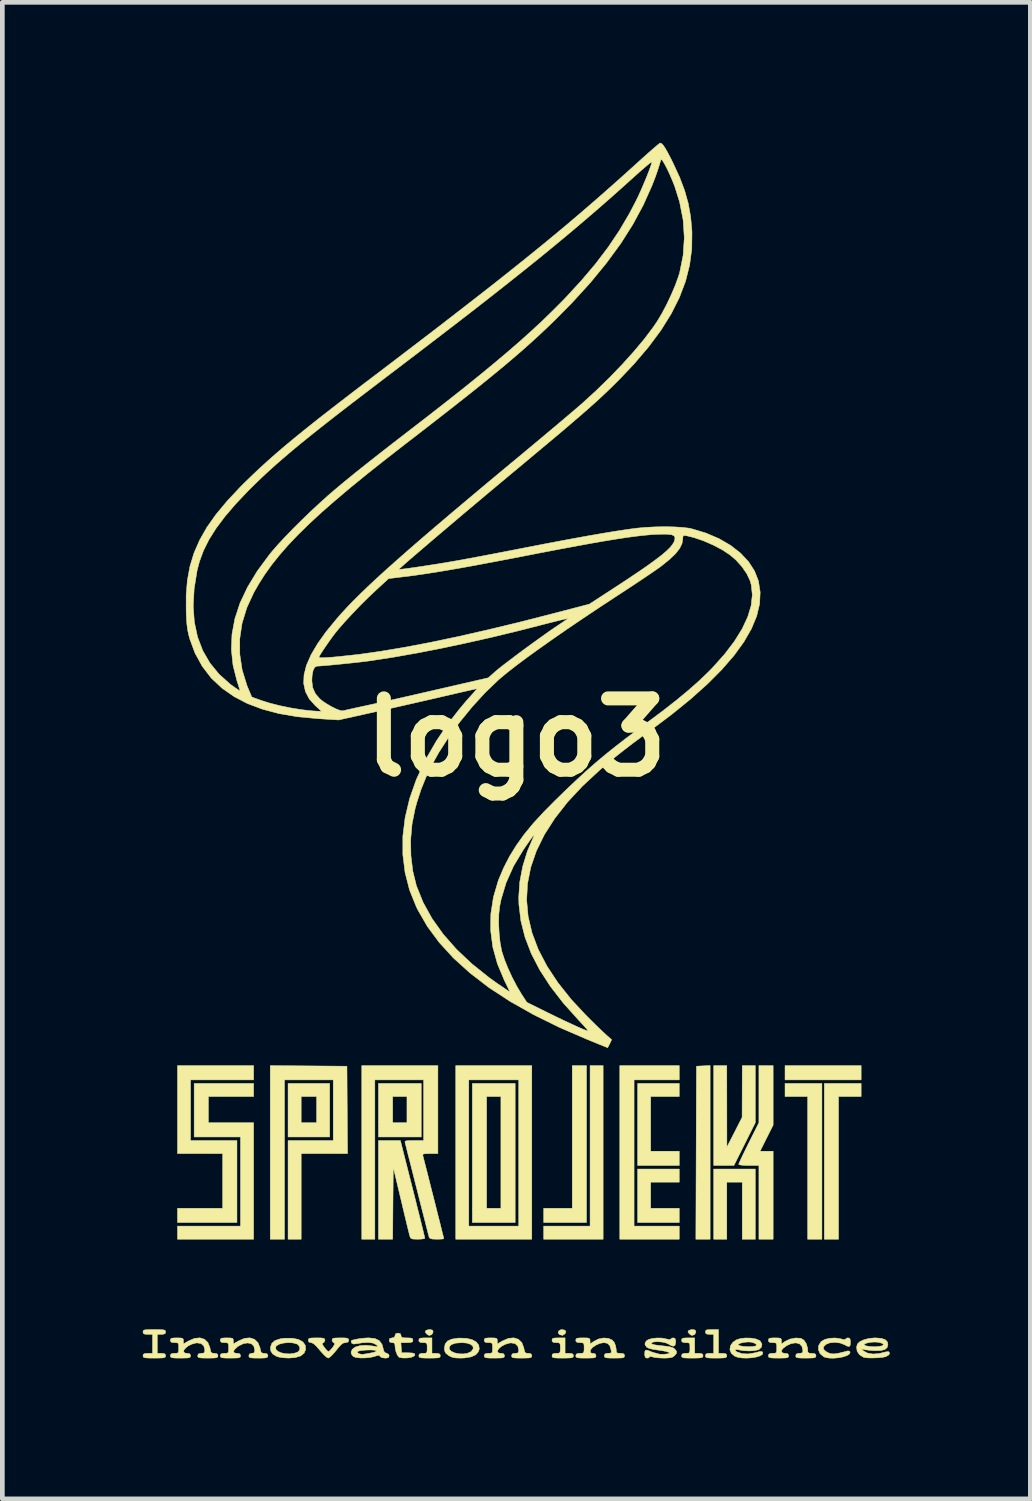
<source format=kicad_pcb>
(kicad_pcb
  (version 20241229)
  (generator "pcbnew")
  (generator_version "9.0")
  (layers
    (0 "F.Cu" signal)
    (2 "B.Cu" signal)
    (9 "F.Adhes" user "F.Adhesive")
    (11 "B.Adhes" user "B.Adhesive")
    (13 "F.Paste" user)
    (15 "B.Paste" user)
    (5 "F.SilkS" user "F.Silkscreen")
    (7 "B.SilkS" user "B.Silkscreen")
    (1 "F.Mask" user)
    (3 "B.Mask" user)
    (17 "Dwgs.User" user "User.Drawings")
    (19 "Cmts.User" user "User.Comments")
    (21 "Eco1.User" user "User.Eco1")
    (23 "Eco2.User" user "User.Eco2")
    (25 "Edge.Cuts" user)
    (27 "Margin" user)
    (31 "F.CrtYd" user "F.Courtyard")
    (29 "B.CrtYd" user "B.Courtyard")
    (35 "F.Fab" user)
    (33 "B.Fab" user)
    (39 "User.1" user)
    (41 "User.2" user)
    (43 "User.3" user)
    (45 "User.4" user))
  (footprint "logo3"
    (layer "F.Cu")
    (at 7.981 12.705)
    (property "Reference" "logo3" (at 0 0 0) (layer "F.SilkS") (effects (font (size 1.524 1.524) (thickness 0.3))))
    (attr through_hole)
    (fp_poly (pts (xy 4.14 10.719) (xy 3.835 10.719) (xy 3.848 7.023) (xy 4.14 7.008) (xy 4.14 10.719)) (stroke (width 0.01) (type solid)) (fill yes) (layer "F.SilkS"))
    (fp_poly (pts (xy 7.366 7.315) (xy 5.74 7.315) (xy 5.74 7.01) (xy 7.366 7.01) (xy 7.366 7.315)) (stroke (width 0.01) (type solid)) (fill yes) (layer "F.SilkS"))
    (fp_poly (pts (xy 1.499 10.363) (xy 0.584 10.363) (xy 0.584 10.058) (xy 1.194 10.058) (xy 1.194 7.01) (xy 1.499 7.01) (xy 1.499 10.363)) (stroke (width 0.01) (type solid)) (fill yes) (layer "F.SilkS"))
    (fp_poly (pts (xy 1.854 10.719) (xy 0.584 10.719) (xy 0.584 10.439) (xy 1.575 10.439) (xy 1.575 7.01) (xy 1.854 7.01) (xy 1.854 10.719)) (stroke (width 0.01) (type solid)) (fill yes) (layer "F.SilkS"))
    (fp_poly (pts (xy 6.528 10.719) (xy 6.223 10.719) (xy 6.223 7.671) (xy 5.74 7.671) (xy 5.74 7.391) (xy 6.528 7.391) (xy 6.528 10.719)) (stroke (width 0.01) (type solid)) (fill yes) (layer "F.SilkS"))
    (fp_poly (pts (xy 7.366 7.671) (xy 6.883 7.671) (xy 6.883 10.719) (xy 6.579 10.719) (xy 6.579 7.391) (xy 7.366 7.391) (xy 7.366 7.671)) (stroke (width 0.01) (type solid)) (fill yes) (layer "F.SilkS"))
    (fp_poly (pts (xy 3.48 7.315) (xy 2.515 7.315) (xy 2.515 10.439) (xy 3.48 10.439) (xy 3.48 10.719) (xy 2.21 10.719) (xy 2.21 7.01) (xy 3.48 7.01) (xy 3.48 7.315)) (stroke (width 0.01) (type solid)) (fill yes) (layer "F.SilkS"))
    (fp_poly (pts (xy 3.48 7.671) (xy 2.87 7.671) (xy 2.87 8.839) (xy 3.48 8.839) (xy 3.48 9.144) (xy 2.591 9.144) (xy 2.591 7.391) (xy 3.48 7.391) (xy 3.48 7.671)) (stroke (width 0.01) (type solid)) (fill yes) (layer "F.SilkS"))
    (fp_poly (pts (xy 3.48 9.5) (xy 2.87 9.5) (xy 2.87 10.058) (xy 3.48 10.058) (xy 3.48 10.363) (xy 2.591 10.363) (xy 2.591 9.22) (xy 3.48 9.22) (xy 3.48 9.5)) (stroke (width 0.01) (type solid)) (fill yes) (layer "F.SilkS"))
    (fp_poly (pts (xy 5.105 10.719) (xy 4.826 10.719) (xy 4.826 9.5) (xy 4.496 9.5) (xy 4.496 10.719) (xy 4.216 10.719) (xy 4.216 9.22) (xy 5.105 9.22) (xy 5.105 10.719)) (stroke (width 0.01) (type solid)) (fill yes) (layer "F.SilkS"))
    (fp_poly (pts (xy 1.037 12.662) (xy 1.059 12.697) (xy 1.04 12.739) (xy 0.989 12.773) (xy 0.928 12.759) (xy 0.917 12.753) (xy 0.893 12.717) (xy 0.907 12.678) (xy 0.95 12.652) (xy 0.976 12.649) (xy 1.037 12.662)) (stroke (width 0.01) (type solid)) (fill yes) (layer "F.SilkS"))
    (fp_poly (pts (xy -3.988 8.534) (xy -4.877 8.534) (xy -4.877 7.671) (xy -4.597 7.671) (xy -4.597 8.23) (xy -4.267 8.23) (xy -4.267 7.671) (xy -4.597 7.671) (xy -4.877 7.671) (xy -4.877 7.391) (xy -3.988 7.391) (xy -3.988 8.534)) (stroke (width 0.01) (type solid)) (fill yes) (layer "F.SilkS"))
    (fp_poly (pts (xy -2.032 8.534) (xy -2.946 8.534) (xy -2.946 7.671) (xy -2.642 7.671) (xy -2.642 8.23) (xy -2.337 8.23) (xy -2.337 7.671) (xy -2.642 7.671) (xy -2.946 7.671) (xy -2.946 7.391) (xy -2.032 7.391) (xy -2.032 8.534)) (stroke (width 0.01) (type solid)) (fill yes) (layer "F.SilkS"))
    (fp_poly (pts (xy -0.025 10.363) (xy -0.94 10.363) (xy -0.94 7.671) (xy -0.635 7.671) (xy -0.635 10.058) (xy -0.33 10.058) (xy -0.33 7.671) (xy -0.635 7.671) (xy -0.94 7.671) (xy -0.94 7.391) (xy -0.025 7.391) (xy -0.025 10.363)) (stroke (width 0.01) (type solid)) (fill yes) (layer "F.SilkS"))
    (fp_poly (pts (xy 0.33 10.719) (xy -1.295 10.719) (xy -1.295 7.315) (xy -1.016 7.315) (xy -1.016 10.439) (xy 0.051 10.439) (xy 0.051 7.315) (xy -1.016 7.315) (xy -1.295 7.315) (xy -1.295 7.01) (xy 0.33 7.01) (xy 0.33 10.719)) (stroke (width 0.01) (type solid)) (fill yes) (layer "F.SilkS"))
    (fp_poly (pts (xy 4.497 7.88) (xy 4.498 8.75) (xy 4.661 8.433) (xy 4.823 8.115) (xy 4.826 7.01) (xy 5.105 7.01) (xy 5.105 8.23) (xy 4.648 9.144) (xy 4.216 9.144) (xy 4.216 7.01) (xy 4.496 7.01) (xy 4.497 7.88)) (stroke (width 0.01) (type solid)) (fill yes) (layer "F.SilkS"))
    (fp_poly (pts (xy -5.613 7.315) (xy -6.96 7.315) (xy -6.96 8.611) (xy -5.969 8.611) (xy -5.969 10.363) (xy -7.239 10.363) (xy -7.239 10.058) (xy -6.274 10.058) (xy -6.274 8.89) (xy -7.239 8.89) (xy -7.239 7.01) (xy -5.613 7.01) (xy -5.613 7.315)) (stroke (width 0.01) (type solid)) (fill yes) (layer "F.SilkS"))
    (fp_poly (pts (xy -5.613 7.671) (xy -6.579 7.671) (xy -6.579 8.23) (xy -5.613 8.23) (xy -5.613 10.719) (xy -7.239 10.719) (xy -7.239 10.439) (xy -5.893 10.439) (xy -5.893 8.534) (xy -6.883 8.534) (xy -6.883 7.391) (xy -5.613 7.391) (xy -5.613 7.671)) (stroke (width 0.01) (type solid)) (fill yes) (layer "F.SilkS"))
    (fp_poly (pts (xy -1.797 12.658) (xy -1.778 12.689) (xy -1.778 12.697) (xy -1.797 12.745) (xy -1.818 12.761) (xy -1.855 12.774) (xy -1.879 12.768) (xy -1.917 12.742) (xy -1.948 12.702) (xy -1.934 12.669) (xy -1.88 12.651) (xy -1.853 12.649) (xy -1.797 12.658)) (stroke (width 0.01) (type solid)) (fill yes) (layer "F.SilkS"))
    (fp_poly (pts (xy 3.816 12.658) (xy 3.835 12.689) (xy 3.835 12.697) (xy 3.817 12.745) (xy 3.795 12.761) (xy 3.759 12.774) (xy 3.734 12.768) (xy 3.697 12.742) (xy 3.666 12.702) (xy 3.68 12.669) (xy 3.734 12.651) (xy 3.761 12.649) (xy 3.816 12.658)) (stroke (width 0.01) (type solid)) (fill yes) (layer "F.SilkS"))
    (fp_poly (pts (xy -3.619 7.023) (xy -3.613 7.957) (xy -3.606 8.89) (xy -4.597 8.89) (xy -4.597 10.719) (xy -4.877 10.719) (xy -4.877 8.611) (xy -3.912 8.611) (xy -3.912 7.315) (xy -4.953 7.315) (xy -4.953 10.719) (xy -5.258 10.719) (xy -5.258 7.01) (xy -3.619 7.023)) (stroke (width 0.01) (type solid)) (fill yes) (layer "F.SilkS"))
    (fp_poly (pts (xy 5.486 8.281) (xy 5.346 8.56) (xy 5.207 8.839) (xy 5.486 8.839) (xy 5.486 10.719) (xy 5.182 10.719) (xy 5.182 9.144) (xy 4.966 9.144) (xy 4.859 9.141) (xy 4.785 9.133) (xy 4.751 9.121) (xy 4.75 9.118) (xy 4.761 9.089) (xy 4.791 9.021) (xy 4.837 8.923) (xy 4.896 8.802) (xy 4.963 8.666) (xy 4.966 8.661) (xy 5.182 8.23) (xy 5.182 7.01) (xy 5.486 7.01) (xy 5.486 8.281)) (stroke (width 0.01) (type solid)) (fill yes) (layer "F.SilkS"))
    (fp_poly (pts (xy 4.318 13.157) (xy 4.407 13.157) (xy 4.468 13.163) (xy 4.493 13.185) (xy 4.496 13.208) (xy 4.492 13.232) (xy 4.474 13.247) (xy 4.432 13.255) (xy 4.357 13.258) (xy 4.267 13.259) (xy 4.159 13.258) (xy 4.091 13.254) (xy 4.055 13.245) (xy 4.041 13.228) (xy 4.039 13.208) (xy 4.049 13.173) (xy 4.087 13.159) (xy 4.128 13.157) (xy 4.216 13.157) (xy 4.216 12.751) (xy 4.128 12.751) (xy 4.066 12.745) (xy 4.042 12.723) (xy 4.039 12.7) (xy 4.045 12.671) (xy 4.071 12.655) (xy 4.129 12.65) (xy 4.178 12.649) (xy 4.318 12.649) (xy 4.318 13.157)) (stroke (width 0.01) (type solid)) (fill yes) (layer "F.SilkS"))
    (fp_poly (pts (xy -2.477 8.611) (xy -2.215 9.646) (xy -2.159 9.867) (xy -2.108 10.073) (xy -2.061 10.258) (xy -2.022 10.418) (xy -1.99 10.547) (xy -1.968 10.64) (xy -1.956 10.691) (xy -1.955 10.7) (xy -1.978 10.71) (xy -2.039 10.717) (xy -2.107 10.719) (xy -2.191 10.717) (xy -2.239 10.709) (xy -2.263 10.687) (xy -2.278 10.645) (xy -2.281 10.636) (xy -2.292 10.59) (xy -2.314 10.502) (xy -2.344 10.379) (xy -2.38 10.229) (xy -2.421 10.058) (xy -2.464 9.875) (xy -2.466 9.868) (xy -2.629 9.183) (xy -2.636 9.951) (xy -2.642 10.719) (xy -2.946 10.719) (xy -2.946 8.611) (xy -2.477 8.611)) (stroke (width 0.01) (type solid)) (fill yes) (layer "F.SilkS"))
    (fp_poly (pts (xy -1.803 13.157) (xy -1.714 13.157) (xy -1.653 13.163) (xy -1.629 13.185) (xy -1.626 13.208) (xy -1.629 13.232) (xy -1.647 13.247) (xy -1.689 13.255) (xy -1.764 13.258) (xy -1.854 13.259) (xy -1.963 13.258) (xy -2.03 13.254) (xy -2.066 13.245) (xy -2.081 13.228) (xy -2.083 13.208) (xy -2.073 13.173) (xy -2.034 13.159) (xy -1.994 13.157) (xy -1.939 13.155) (xy -1.913 13.138) (xy -1.906 13.094) (xy -1.905 13.043) (xy -1.907 12.973) (xy -1.92 12.939) (xy -1.954 12.929) (xy -1.994 12.929) (xy -2.055 12.923) (xy -2.08 12.901) (xy -2.083 12.878) (xy -2.077 12.848) (xy -2.051 12.833) (xy -1.992 12.828) (xy -1.943 12.827) (xy -1.803 12.827) (xy -1.803 13.157)) (stroke (width 0.01) (type solid)) (fill yes) (layer "F.SilkS"))
    (fp_poly (pts (xy 1.041 13.157) (xy 1.13 13.157) (xy 1.192 13.163) (xy 1.216 13.185) (xy 1.219 13.208) (xy 1.215 13.232) (xy 1.197 13.247) (xy 1.156 13.255) (xy 1.081 13.258) (xy 0.991 13.259) (xy 0.882 13.258) (xy 0.815 13.254) (xy 0.778 13.245) (xy 0.764 13.228) (xy 0.762 13.208) (xy 0.772 13.173) (xy 0.811 13.159) (xy 0.851 13.157) (xy 0.906 13.155) (xy 0.931 13.138) (xy 0.939 13.094) (xy 0.94 13.043) (xy 0.938 12.973) (xy 0.925 12.939) (xy 0.89 12.929) (xy 0.851 12.929) (xy 0.79 12.923) (xy 0.765 12.901) (xy 0.762 12.878) (xy 0.768 12.848) (xy 0.794 12.833) (xy 0.853 12.828) (xy 0.902 12.827) (xy 1.041 12.827) (xy 1.041 13.157)) (stroke (width 0.01) (type solid)) (fill yes) (layer "F.SilkS"))
    (fp_poly (pts (xy 3.81 13.157) (xy 3.899 13.157) (xy 3.96 13.163) (xy 3.985 13.185) (xy 3.988 13.208) (xy 3.984 13.232) (xy 3.966 13.247) (xy 3.924 13.255) (xy 3.849 13.258) (xy 3.759 13.259) (xy 3.651 13.258) (xy 3.583 13.254) (xy 3.547 13.245) (xy 3.533 13.228) (xy 3.531 13.208) (xy 3.541 13.173) (xy 3.579 13.159) (xy 3.619 13.157) (xy 3.674 13.155) (xy 3.7 13.138) (xy 3.708 13.094) (xy 3.708 13.043) (xy 3.707 12.973) (xy 3.694 12.939) (xy 3.659 12.929) (xy 3.619 12.929) (xy 3.558 12.923) (xy 3.534 12.901) (xy 3.531 12.878) (xy 3.537 12.848) (xy 3.563 12.833) (xy 3.621 12.828) (xy 3.67 12.827) (xy 3.81 12.827) (xy 3.81 13.157)) (stroke (width 0.01) (type solid)) (fill yes) (layer "F.SilkS"))
    (fp_poly (pts (xy -7.622 12.65) (xy -7.551 12.654) (xy -7.513 12.662) (xy -7.496 12.677) (xy -7.493 12.7) (xy -7.503 12.735) (xy -7.542 12.749) (xy -7.582 12.751) (xy -7.671 12.751) (xy -7.671 13.157) (xy -7.582 13.157) (xy -7.521 13.163) (xy -7.496 13.185) (xy -7.493 13.208) (xy -7.497 13.232) (xy -7.514 13.247) (xy -7.554 13.255) (xy -7.627 13.258) (xy -7.734 13.259) (xy -7.846 13.258) (xy -7.917 13.254) (xy -7.956 13.246) (xy -7.972 13.231) (xy -7.976 13.208) (xy -7.967 13.175) (xy -7.933 13.16) (xy -7.874 13.157) (xy -7.772 13.157) (xy -7.772 12.751) (xy -7.874 12.751) (xy -7.94 12.747) (xy -7.97 12.729) (xy -7.976 12.7) (xy -7.972 12.676) (xy -7.955 12.661) (xy -7.915 12.653) (xy -7.842 12.65) (xy -7.734 12.649) (xy -7.622 12.65)) (stroke (width 0.01) (type solid)) (fill yes) (layer "F.SilkS"))
    (fp_poly (pts (xy -4.657 12.86) (xy -4.563 12.91) (xy -4.51 12.983) (xy -4.5 13.072) (xy -4.534 13.153) (xy -4.61 13.213) (xy -4.726 13.248) (xy -4.862 13.258) (xy -4.965 13.253) (xy -5.058 13.24) (xy -5.118 13.224) (xy -5.205 13.171) (xy -5.248 13.104) (xy -5.253 13.028) (xy -5.25 13.018) (xy -5.14 13.018) (xy -5.138 13.07) (xy -5.096 13.114) (xy -5.024 13.146) (xy -4.933 13.165) (xy -4.834 13.169) (xy -4.737 13.154) (xy -4.667 13.128) (xy -4.628 13.084) (xy -4.626 13.027) (xy -4.66 12.976) (xy -4.687 12.958) (xy -4.773 12.934) (xy -4.874 12.928) (xy -4.976 12.938) (xy -5.065 12.961) (xy -5.125 12.996) (xy -5.14 13.018) (xy -5.25 13.018) (xy -5.224 12.944) (xy -5.156 12.884) (xy -5.044 12.847) (xy -4.95 12.834) (xy -4.787 12.834) (xy -4.657 12.86)) (stroke (width 0.01) (type solid)) (fill yes) (layer "F.SilkS"))
    (fp_poly (pts (xy -1.07 12.836) (xy -0.947 12.864) (xy -0.856 12.914) (xy -0.803 12.981) (xy -0.792 13.063) (xy -0.81 13.122) (xy -0.867 13.188) (xy -0.968 13.233) (xy -1.109 13.256) (xy -1.189 13.259) (xy -1.297 13.255) (xy -1.372 13.24) (xy -1.435 13.211) (xy -1.45 13.201) (xy -1.508 13.153) (xy -1.533 13.102) (xy -1.537 13.045) (xy -1.532 13.02) (xy -1.433 13.02) (xy -1.43 13.072) (xy -1.389 13.115) (xy -1.319 13.147) (xy -1.232 13.166) (xy -1.138 13.17) (xy -1.048 13.157) (xy -0.974 13.124) (xy -0.959 13.112) (xy -0.921 13.057) (xy -0.928 13.007) (xy -0.975 12.965) (xy -1.058 12.938) (xy -1.16 12.929) (xy -1.297 12.939) (xy -1.388 12.97) (xy -1.433 13.02) (xy -1.532 13.02) (xy -1.521 12.957) (xy -1.47 12.894) (xy -1.381 12.854) (xy -1.248 12.833) (xy -1.222 12.831) (xy -1.07 12.836)) (stroke (width 0.01) (type solid)) (fill yes) (layer "F.SilkS"))
    (fp_poly (pts (xy -2.478 12.737) (xy -2.464 12.776) (xy -2.457 12.807) (xy -2.429 12.822) (xy -2.366 12.827) (xy -2.337 12.827) (xy -2.261 12.83) (xy -2.223 12.841) (xy -2.21 12.866) (xy -2.21 12.878) (xy -2.216 12.908) (xy -2.245 12.923) (xy -2.307 12.928) (xy -2.338 12.929) (xy -2.467 12.929) (xy -2.459 13.037) (xy -2.451 13.145) (xy -2.32 13.145) (xy -2.221 13.15) (xy -2.17 13.168) (xy -2.168 13.196) (xy -2.196 13.223) (xy -2.252 13.244) (xy -2.335 13.256) (xy -2.421 13.257) (xy -2.49 13.246) (xy -2.507 13.239) (xy -2.543 13.193) (xy -2.573 13.116) (xy -2.59 13.03) (xy -2.591 13.003) (xy -2.598 12.949) (xy -2.628 12.93) (xy -2.654 12.929) (xy -2.704 12.917) (xy -2.718 12.878) (xy -2.703 12.838) (xy -2.654 12.827) (xy -2.605 12.815) (xy -2.591 12.776) (xy -2.576 12.736) (xy -2.527 12.725) (xy -2.478 12.737)) (stroke (width 0.01) (type solid)) (fill yes) (layer "F.SilkS"))
    (fp_poly (pts (xy 7.123 12.838) (xy 7.136 12.881) (xy 7.137 12.912) (xy 7.132 12.985) (xy 7.109 13.013) (xy 7.061 13) (xy 7.018 12.976) (xy 6.92 12.937) (xy 6.806 12.923) (xy 6.696 12.933) (xy 6.617 12.964) (xy 6.564 13.016) (xy 6.561 13.066) (xy 6.609 13.115) (xy 6.61 13.115) (xy 6.669 13.148) (xy 6.725 13.166) (xy 6.789 13.169) (xy 6.873 13.157) (xy 6.986 13.13) (xy 7.085 13.104) (xy 7.121 13.115) (xy 7.13 13.133) (xy 7.116 13.171) (xy 7.062 13.205) (xy 6.979 13.233) (xy 6.88 13.252) (xy 6.775 13.261) (xy 6.676 13.258) (xy 6.593 13.241) (xy 6.566 13.229) (xy 6.489 13.164) (xy 6.453 13.08) (xy 6.458 12.991) (xy 6.508 12.91) (xy 6.515 12.903) (xy 6.59 12.86) (xy 6.695 12.835) (xy 6.811 12.829) (xy 6.919 12.844) (xy 6.939 12.85) (xy 7.005 12.866) (xy 7.031 12.853) (xy 7.061 12.831) (xy 7.089 12.827) (xy 7.123 12.838)) (stroke (width 0.01) (type solid)) (fill yes) (layer "F.SilkS"))
    (fp_poly (pts (xy -1.676 8.89) (xy -1.843 8.89) (xy -1.933 8.892) (xy -1.981 8.898) (xy -1.999 8.912) (xy -1.997 8.934) (xy -1.987 8.973) (xy -1.967 9.051) (xy -1.938 9.164) (xy -1.902 9.304) (xy -1.862 9.464) (xy -1.818 9.638) (xy -1.772 9.818) (xy -1.726 9.999) (xy -1.683 10.173) (xy -1.642 10.333) (xy -1.607 10.474) (xy -1.579 10.587) (xy -1.559 10.666) (xy -1.55 10.706) (xy -1.549 10.708) (xy -1.572 10.714) (xy -1.632 10.718) (xy -1.7 10.719) (xy -1.788 10.716) (xy -1.838 10.705) (xy -1.861 10.683) (xy -1.864 10.674) (xy -1.873 10.641) (xy -1.893 10.563) (xy -1.923 10.447) (xy -1.96 10.299) (xy -2.005 10.125) (xy -2.055 9.928) (xy -2.108 9.716) (xy -2.121 9.665) (xy -2.176 9.45) (xy -2.226 9.25) (xy -2.272 9.069) (xy -2.312 8.914) (xy -2.343 8.79) (xy -2.365 8.703) (xy -2.377 8.659) (xy -2.378 8.655) (xy -2.379 8.633) (xy -2.362 8.62) (xy -2.315 8.613) (xy -2.231 8.611) (xy -2.186 8.611) (xy -1.981 8.611) (xy -1.981 7.315) (xy -3.023 7.315) (xy -3.023 10.719) (xy -3.302 10.719) (xy -3.302 7.01) (xy -1.676 7.01) (xy -1.676 8.89)) (stroke (width 0.01) (type solid)) (fill yes) (layer "F.SilkS"))
    (fp_poly (pts (xy -3.666 12.828) (xy -3.612 12.835) (xy -3.588 12.849) (xy -3.581 12.874) (xy -3.581 12.878) (xy -3.595 12.916) (xy -3.642 12.928) (xy -3.652 12.929) (xy -3.695 12.937) (xy -3.74 12.967) (xy -3.796 13.027) (xy -3.848 13.093) (xy -3.913 13.169) (xy -3.97 13.227) (xy -4.012 13.256) (xy -4.019 13.258) (xy -4.054 13.24) (xy -4.109 13.19) (xy -4.174 13.119) (xy -4.195 13.094) (xy -4.275 13.001) (xy -4.336 12.947) (xy -4.382 12.929) (xy -4.386 12.929) (xy -4.433 12.915) (xy -4.445 12.878) (xy -4.44 12.851) (xy -4.419 12.836) (xy -4.369 12.829) (xy -4.281 12.827) (xy -4.267 12.827) (xy -4.174 12.828) (xy -4.12 12.835) (xy -4.095 12.849) (xy -4.089 12.874) (xy -4.089 12.876) (xy -4.107 12.92) (xy -4.129 12.933) (xy -4.148 12.946) (xy -4.139 12.976) (xy -4.102 13.03) (xy -4.057 13.085) (xy -4.022 13.116) (xy -4.013 13.119) (xy -3.985 13.1) (xy -3.942 13.053) (xy -3.924 13.03) (xy -3.886 12.973) (xy -3.879 12.944) (xy -3.898 12.933) (xy -3.93 12.905) (xy -3.937 12.876) (xy -3.932 12.85) (xy -3.909 12.835) (xy -3.857 12.829) (xy -3.766 12.827) (xy -3.759 12.827) (xy -3.666 12.828)) (stroke (width 0.01) (type solid)) (fill yes) (layer "F.SilkS"))
    (fp_poly (pts (xy 5.013 12.832) (xy 5.117 12.85) (xy 5.194 12.882) (xy 5.209 12.894) (xy 5.247 12.959) (xy 5.237 13.023) (xy 5.185 13.074) (xy 5.165 13.082) (xy 5.085 13.099) (xy 4.978 13.106) (xy 4.864 13.101) (xy 4.767 13.086) (xy 4.756 13.083) (xy 4.696 13.074) (xy 4.673 13.086) (xy 4.692 13.112) (xy 4.718 13.128) (xy 4.827 13.165) (xy 4.956 13.17) (xy 5.112 13.143) (xy 5.197 13.119) (xy 5.248 13.119) (xy 5.266 13.142) (xy 5.258 13.179) (xy 5.209 13.21) (xy 5.13 13.235) (xy 5.032 13.252) (xy 4.925 13.259) (xy 4.82 13.256) (xy 4.727 13.241) (xy 4.666 13.218) (xy 4.592 13.156) (xy 4.562 13.078) (xy 4.574 12.996) (xy 4.591 12.972) (xy 4.736 12.972) (xy 4.74 12.979) (xy 4.785 12.998) (xy 4.862 13.011) (xy 4.953 13.015) (xy 5.04 13.013) (xy 5.106 13.001) (xy 5.127 12.991) (xy 5.127 12.966) (xy 5.089 12.94) (xy 5.023 12.919) (xy 5.017 12.918) (xy 4.952 12.914) (xy 4.878 12.92) (xy 4.808 12.934) (xy 4.757 12.952) (xy 4.736 12.972) (xy 4.591 12.972) (xy 4.628 12.92) (xy 4.699 12.87) (xy 4.788 12.841) (xy 4.898 12.829) (xy 5.013 12.832)) (stroke (width 0.01) (type solid)) (fill yes) (layer "F.SilkS"))
    (fp_poly (pts (xy 7.796 12.837) (xy 7.882 12.866) (xy 7.928 12.915) (xy 7.938 12.967) (xy 7.922 13.033) (xy 7.873 13.075) (xy 7.785 13.097) (xy 7.655 13.1) (xy 7.633 13.099) (xy 7.535 13.091) (xy 7.453 13.081) (xy 7.404 13.07) (xy 7.374 13.061) (xy 7.38 13.074) (xy 7.412 13.103) (xy 7.502 13.152) (xy 7.621 13.172) (xy 7.754 13.161) (xy 7.808 13.147) (xy 7.884 13.128) (xy 7.939 13.12) (xy 7.955 13.122) (xy 7.976 13.155) (xy 7.954 13.193) (xy 7.894 13.227) (xy 7.891 13.228) (xy 7.824 13.243) (xy 7.726 13.252) (xy 7.618 13.256) (xy 7.515 13.255) (xy 7.438 13.246) (xy 7.417 13.241) (xy 7.332 13.188) (xy 7.28 13.111) (xy 7.268 13.022) (xy 7.284 12.972) (xy 7.429 12.972) (xy 7.433 12.979) (xy 7.48 13) (xy 7.559 13.012) (xy 7.653 13.016) (xy 7.744 13.01) (xy 7.813 12.996) (xy 7.83 12.988) (xy 7.842 12.964) (xy 7.809 12.941) (xy 7.736 12.921) (xy 7.721 12.919) (xy 7.649 12.915) (xy 7.571 12.921) (xy 7.5 12.934) (xy 7.448 12.952) (xy 7.429 12.972) (xy 7.284 12.972) (xy 7.289 12.955) (xy 7.34 12.907) (xy 7.427 12.866) (xy 7.539 12.838) (xy 7.66 12.827) (xy 7.665 12.827) (xy 7.796 12.837)) (stroke (width 0.01) (type solid)) (fill yes) (layer "F.SilkS"))
    (fp_poly (pts (xy 3.389 12.838) (xy 3.402 12.879) (xy 3.404 12.916) (xy 3.391 12.983) (xy 3.353 13.006) (xy 3.292 12.984) (xy 3.267 12.967) (xy 3.2 12.936) (xy 3.105 12.915) (xy 3.007 12.907) (xy 2.933 12.914) (xy 2.886 12.933) (xy 2.886 12.952) (xy 2.931 12.971) (xy 3.019 12.986) (xy 3.067 12.991) (xy 3.191 13.004) (xy 3.275 13.017) (xy 3.33 13.031) (xy 3.367 13.051) (xy 3.389 13.07) (xy 3.424 13.117) (xy 3.418 13.161) (xy 3.378 13.208) (xy 3.339 13.237) (xy 3.284 13.252) (xy 3.2 13.258) (xy 3.151 13.259) (xy 3.051 13.255) (xy 2.963 13.246) (xy 2.91 13.234) (xy 2.858 13.222) (xy 2.845 13.234) (xy 2.824 13.254) (xy 2.794 13.259) (xy 2.759 13.249) (xy 2.745 13.21) (xy 2.743 13.17) (xy 2.746 13.115) (xy 2.761 13.089) (xy 2.798 13.09) (xy 2.866 13.116) (xy 2.905 13.133) (xy 3.056 13.175) (xy 3.15 13.178) (xy 3.235 13.168) (xy 3.272 13.154) (xy 3.262 13.137) (xy 3.207 13.118) (xy 3.109 13.099) (xy 3.044 13.09) (xy 2.918 13.071) (xy 2.836 13.051) (xy 2.788 13.027) (xy 2.776 13.015) (xy 2.748 12.968) (xy 2.752 12.931) (xy 2.778 12.891) (xy 2.826 12.86) (xy 2.908 12.839) (xy 3.008 12.829) (xy 3.11 12.831) (xy 3.198 12.848) (xy 3.205 12.85) (xy 3.271 12.866) (xy 3.297 12.853) (xy 3.327 12.831) (xy 3.355 12.827) (xy 3.389 12.838)) (stroke (width 0.01) (type solid)) (fill yes) (layer "F.SilkS"))
    (fp_poly (pts (xy -3.021 12.841) (xy -2.928 12.886) (xy -2.87 12.965) (xy -2.848 13.044) (xy -2.83 13.114) (xy -2.799 13.146) (xy -2.775 13.153) (xy -2.727 13.178) (xy -2.718 13.21) (xy -2.728 13.244) (xy -2.769 13.257) (xy -2.807 13.259) (xy -2.877 13.249) (xy -2.911 13.223) (xy -2.926 13.202) (xy -2.958 13.201) (xy -3.022 13.22) (xy -3.028 13.223) (xy -3.118 13.244) (xy -3.226 13.255) (xy -3.334 13.256) (xy -3.425 13.246) (xy -3.485 13.225) (xy -3.486 13.223) (xy -3.523 13.174) (xy -3.531 13.139) (xy -3.525 13.123) (xy -3.397 13.123) (xy -3.385 13.153) (xy -3.361 13.165) (xy -3.317 13.176) (xy -3.304 13.18) (xy -3.276 13.177) (xy -3.211 13.168) (xy -3.131 13.154) (xy -3.043 13.135) (xy -2.996 13.116) (xy -2.991 13.102) (xy -3.028 13.09) (xy -3.098 13.085) (xy -3.184 13.086) (xy -3.272 13.092) (xy -3.345 13.102) (xy -3.39 13.117) (xy -3.397 13.123) (xy -3.525 13.123) (xy -3.507 13.073) (xy -3.443 13.024) (xy -3.345 12.994) (xy -3.221 12.985) (xy -3.079 12.999) (xy -3.077 12.999) (xy -3 13.013) (xy -2.965 13.015) (xy -2.964 13.003) (xy -2.99 12.975) (xy -2.991 12.974) (xy -3.058 12.939) (xy -3.162 12.924) (xy -3.292 12.931) (xy -3.396 12.949) (xy -3.476 12.959) (xy -3.519 12.939) (xy -3.531 12.891) (xy -3.508 12.877) (xy -3.448 12.862) (xy -3.365 12.846) (xy -3.272 12.834) (xy -3.184 12.828) (xy -3.152 12.827) (xy -3.021 12.841)) (stroke (width 0.01) (type solid)) (fill yes) (layer "F.SilkS"))
    (fp_poly (pts (xy -5.595 12.857) (xy -5.521 12.928) (xy -5.477 13.035) (xy -5.474 13.052) (xy -5.459 13.119) (xy -5.437 13.149) (xy -5.394 13.157) (xy -5.383 13.157) (xy -5.328 13.166) (xy -5.309 13.197) (xy -5.309 13.208) (xy -5.313 13.233) (xy -5.332 13.248) (xy -5.377 13.256) (xy -5.458 13.259) (xy -5.512 13.259) (xy -5.613 13.258) (xy -5.674 13.253) (xy -5.704 13.242) (xy -5.714 13.221) (xy -5.715 13.208) (xy -5.7 13.168) (xy -5.652 13.157) (xy -5.605 13.148) (xy -5.589 13.112) (xy -5.588 13.085) (xy -5.608 13.004) (xy -5.66 12.953) (xy -5.738 12.935) (xy -5.831 12.949) (xy -5.932 12.999) (xy -5.959 13.018) (xy -6.023 13.077) (xy -6.043 13.123) (xy -6.019 13.15) (xy -5.969 13.157) (xy -5.913 13.165) (xy -5.894 13.195) (xy -5.893 13.208) (xy -5.897 13.233) (xy -5.915 13.248) (xy -5.959 13.256) (xy -6.037 13.258) (xy -6.109 13.259) (xy -6.214 13.258) (xy -6.278 13.253) (xy -6.311 13.243) (xy -6.323 13.225) (xy -6.325 13.208) (xy -6.315 13.173) (xy -6.276 13.159) (xy -6.236 13.157) (xy -6.181 13.155) (xy -6.155 13.138) (xy -6.147 13.094) (xy -6.147 13.043) (xy -6.149 12.973) (xy -6.162 12.939) (xy -6.196 12.929) (xy -6.236 12.929) (xy -6.297 12.923) (xy -6.322 12.901) (xy -6.325 12.878) (xy -6.319 12.848) (xy -6.292 12.833) (xy -6.234 12.828) (xy -6.185 12.827) (xy -6.105 12.829) (xy -6.063 12.837) (xy -6.048 12.859) (xy -6.045 12.892) (xy -6.045 12.956) (xy -5.935 12.892) (xy -5.808 12.837) (xy -5.692 12.826) (xy -5.595 12.857)) (stroke (width 0.01) (type solid)) (fill yes) (layer "F.SilkS"))
    (fp_poly (pts (xy -6.663 12.856) (xy -6.59 12.926) (xy -6.547 13.033) (xy -6.544 13.05) (xy -6.53 13.118) (xy -6.508 13.149) (xy -6.466 13.157) (xy -6.451 13.157) (xy -6.396 13.165) (xy -6.376 13.195) (xy -6.375 13.208) (xy -6.379 13.233) (xy -6.398 13.248) (xy -6.441 13.256) (xy -6.519 13.258) (xy -6.591 13.259) (xy -6.696 13.258) (xy -6.76 13.253) (xy -6.794 13.243) (xy -6.806 13.225) (xy -6.807 13.208) (xy -6.795 13.171) (xy -6.751 13.158) (xy -6.731 13.157) (xy -6.677 13.151) (xy -6.657 13.121) (xy -6.655 13.085) (xy -6.676 13.002) (xy -6.733 12.949) (xy -6.819 12.934) (xy -6.848 12.937) (xy -6.934 12.961) (xy -7.009 12.998) (xy -7.066 13.043) (xy -7.102 13.088) (xy -7.108 13.126) (xy -7.08 13.151) (xy -7.036 13.157) (xy -6.98 13.165) (xy -6.96 13.195) (xy -6.96 13.208) (xy -6.964 13.233) (xy -6.982 13.248) (xy -7.026 13.256) (xy -7.103 13.258) (xy -7.176 13.259) (xy -7.28 13.258) (xy -7.345 13.253) (xy -7.378 13.243) (xy -7.39 13.225) (xy -7.391 13.208) (xy -7.381 13.173) (xy -7.343 13.159) (xy -7.303 13.157) (xy -7.248 13.155) (xy -7.222 13.138) (xy -7.214 13.094) (xy -7.214 13.043) (xy -7.215 12.973) (xy -7.228 12.939) (xy -7.263 12.929) (xy -7.303 12.929) (xy -7.364 12.923) (xy -7.388 12.901) (xy -7.391 12.878) (xy -7.385 12.848) (xy -7.359 12.833) (xy -7.301 12.828) (xy -7.252 12.827) (xy -7.172 12.829) (xy -7.13 12.837) (xy -7.114 12.859) (xy -7.112 12.892) (xy -7.112 12.956) (xy -7.002 12.892) (xy -6.875 12.837) (xy -6.76 12.826) (xy -6.663 12.856)) (stroke (width 0.01) (type solid)) (fill yes) (layer "F.SilkS"))
    (fp_poly (pts (xy 0.043 12.856) (xy 0.116 12.926) (xy 0.158 13.033) (xy 0.161 13.05) (xy 0.176 13.118) (xy 0.198 13.149) (xy 0.239 13.157) (xy 0.254 13.157) (xy 0.31 13.165) (xy 0.329 13.195) (xy 0.33 13.208) (xy 0.326 13.233) (xy 0.308 13.248) (xy 0.264 13.256) (xy 0.186 13.258) (xy 0.114 13.259) (xy 0.009 13.258) (xy -0.055 13.253) (xy -0.088 13.243) (xy -0.1 13.225) (xy -0.102 13.208) (xy -0.09 13.171) (xy -0.045 13.158) (xy -0.025 13.157) (xy 0.029 13.151) (xy 0.049 13.121) (xy 0.051 13.085) (xy 0.03 13.002) (xy -0.027 12.949) (xy -0.114 12.934) (xy -0.142 12.937) (xy -0.228 12.961) (xy -0.303 12.998) (xy -0.361 13.043) (xy -0.396 13.088) (xy -0.402 13.126) (xy -0.375 13.151) (xy -0.33 13.157) (xy -0.274 13.165) (xy -0.255 13.195) (xy -0.254 13.208) (xy -0.258 13.233) (xy -0.277 13.248) (xy -0.32 13.256) (xy -0.398 13.258) (xy -0.47 13.259) (xy -0.575 13.258) (xy -0.639 13.253) (xy -0.672 13.243) (xy -0.684 13.225) (xy -0.686 13.208) (xy -0.676 13.173) (xy -0.637 13.159) (xy -0.597 13.157) (xy -0.542 13.155) (xy -0.516 13.138) (xy -0.509 13.094) (xy -0.508 13.043) (xy -0.51 12.973) (xy -0.523 12.939) (xy -0.557 12.929) (xy -0.597 12.929) (xy -0.658 12.923) (xy -0.683 12.901) (xy -0.686 12.878) (xy -0.68 12.848) (xy -0.654 12.833) (xy -0.595 12.828) (xy -0.546 12.827) (xy -0.466 12.829) (xy -0.424 12.837) (xy -0.409 12.859) (xy -0.406 12.892) (xy -0.406 12.956) (xy -0.296 12.892) (xy -0.169 12.837) (xy -0.054 12.826) (xy 0.043 12.856)) (stroke (width 0.01) (type solid)) (fill yes) (layer "F.SilkS"))
    (fp_poly (pts (xy 5.604 12.829) (xy 5.646 12.837) (xy 5.662 12.859) (xy 5.664 12.892) (xy 5.664 12.957) (xy 5.742 12.902) (xy 5.845 12.853) (xy 5.966 12.829) (xy 6.079 12.836) (xy 6.081 12.837) (xy 6.145 12.877) (xy 6.194 12.951) (xy 6.221 13.045) (xy 6.223 13.08) (xy 6.228 13.132) (xy 6.253 13.153) (xy 6.312 13.157) (xy 6.373 13.163) (xy 6.398 13.185) (xy 6.401 13.208) (xy 6.397 13.233) (xy 6.378 13.248) (xy 6.335 13.256) (xy 6.257 13.258) (xy 6.185 13.259) (xy 6.08 13.258) (xy 6.016 13.253) (xy 5.983 13.243) (xy 5.97 13.225) (xy 5.969 13.208) (xy 5.981 13.171) (xy 6.026 13.158) (xy 6.045 13.157) (xy 6.1 13.15) (xy 6.12 13.121) (xy 6.121 13.099) (xy 6.102 13.01) (xy 6.05 12.954) (xy 5.97 12.933) (xy 5.87 12.949) (xy 5.774 12.993) (xy 5.7 13.048) (xy 5.664 13.097) (xy 5.669 13.135) (xy 5.714 13.156) (xy 5.74 13.157) (xy 5.796 13.165) (xy 5.816 13.195) (xy 5.817 13.208) (xy 5.813 13.233) (xy 5.794 13.248) (xy 5.751 13.256) (xy 5.673 13.258) (xy 5.601 13.259) (xy 5.496 13.258) (xy 5.432 13.253) (xy 5.398 13.243) (xy 5.386 13.225) (xy 5.385 13.208) (xy 5.395 13.173) (xy 5.434 13.159) (xy 5.474 13.157) (xy 5.528 13.155) (xy 5.554 13.138) (xy 5.562 13.094) (xy 5.563 13.043) (xy 5.561 12.973) (xy 5.548 12.939) (xy 5.513 12.929) (xy 5.474 12.929) (xy 5.412 12.923) (xy 5.388 12.901) (xy 5.385 12.878) (xy 5.391 12.848) (xy 5.417 12.833) (xy 5.475 12.828) (xy 5.524 12.827) (xy 5.604 12.829)) (stroke (width 0.01) (type solid)) (fill yes) (layer "F.SilkS"))
    (fp_poly (pts (xy 1.507 12.828) (xy 1.552 12.836) (xy 1.571 12.854) (xy 1.575 12.889) (xy 1.575 12.892) (xy 1.575 12.957) (xy 1.649 12.905) (xy 1.754 12.851) (xy 1.864 12.829) (xy 1.967 12.837) (xy 2.05 12.875) (xy 2.095 12.928) (xy 2.123 13.007) (xy 2.134 13.08) (xy 2.138 13.132) (xy 2.163 13.153) (xy 2.223 13.157) (xy 2.284 13.163) (xy 2.308 13.185) (xy 2.311 13.208) (xy 2.307 13.233) (xy 2.289 13.248) (xy 2.245 13.256) (xy 2.168 13.258) (xy 2.095 13.259) (xy 1.991 13.258) (xy 1.926 13.253) (xy 1.893 13.243) (xy 1.881 13.225) (xy 1.88 13.208) (xy 1.891 13.171) (xy 1.934 13.158) (xy 1.959 13.157) (xy 2.013 13.153) (xy 2.03 13.131) (xy 2.022 13.077) (xy 1.994 12.989) (xy 1.946 12.943) (xy 1.871 12.929) (xy 1.87 12.929) (xy 1.788 12.943) (xy 1.703 12.98) (xy 1.63 13.029) (xy 1.586 13.081) (xy 1.579 13.101) (xy 1.583 13.143) (xy 1.62 13.157) (xy 1.637 13.157) (xy 1.687 13.168) (xy 1.702 13.208) (xy 1.702 13.208) (xy 1.698 13.233) (xy 1.679 13.248) (xy 1.636 13.256) (xy 1.558 13.258) (xy 1.486 13.259) (xy 1.381 13.258) (xy 1.317 13.253) (xy 1.284 13.243) (xy 1.271 13.225) (xy 1.27 13.208) (xy 1.28 13.173) (xy 1.319 13.159) (xy 1.359 13.157) (xy 1.414 13.155) (xy 1.439 13.138) (xy 1.447 13.094) (xy 1.448 13.043) (xy 1.446 12.973) (xy 1.433 12.939) (xy 1.398 12.929) (xy 1.359 12.929) (xy 1.298 12.923) (xy 1.273 12.901) (xy 1.27 12.878) (xy 1.276 12.849) (xy 1.3 12.834) (xy 1.355 12.828) (xy 1.422 12.827) (xy 1.507 12.828)) (stroke (width 0.01) (type solid)) (fill yes) (layer "F.SilkS"))
    (fp_poly (pts (xy 3.102 -12.689) (xy 3.136 -12.654) (xy 3.18 -12.59) (xy 3.236 -12.491) (xy 3.308 -12.353) (xy 3.348 -12.272) (xy 3.489 -11.966) (xy 3.596 -11.682) (xy 3.673 -11.407) (xy 3.723 -11.129) (xy 3.75 -10.835) (xy 3.752 -10.793) (xy 3.748 -10.44) (xy 3.702 -10.093) (xy 3.615 -9.747) (xy 3.484 -9.401) (xy 3.31 -9.054) (xy 3.09 -8.701) (xy 2.824 -8.343) (xy 2.51 -7.975) (xy 2.238 -7.688) (xy 2.13 -7.579) (xy 2.023 -7.473) (xy 1.914 -7.368) (xy 1.799 -7.26) (xy 1.674 -7.146) (xy 1.536 -7.023) (xy 1.382 -6.888) (xy 1.207 -6.738) (xy 1.01 -6.569) (xy 0.785 -6.38) (xy 0.53 -6.167) (xy 0.242 -5.926) (xy 0.055 -5.77) (xy -0.187 -5.569) (xy -0.432 -5.364) (xy -0.677 -5.159) (xy -0.919 -4.955) (xy -1.155 -4.757) (xy -1.381 -4.565) (xy -1.596 -4.383) (xy -1.795 -4.214) (xy -1.976 -4.059) (xy -2.136 -3.922) (xy -2.271 -3.806) (xy -2.379 -3.712) (xy -2.456 -3.643) (xy -2.499 -3.603) (xy -2.508 -3.592) (xy -2.48 -3.593) (xy -2.409 -3.6) (xy -2.302 -3.614) (xy -2.168 -3.633) (xy -2.012 -3.656) (xy -1.844 -3.682) (xy -1.669 -3.709) (xy -1.495 -3.738) (xy -1.33 -3.766) (xy -1.308 -3.77) (xy -1.167 -3.795) (xy -0.984 -3.829) (xy -0.77 -3.869) (xy -0.534 -3.914) (xy -0.284 -3.962) (xy -0.031 -4.011) (xy 0.219 -4.06) (xy 0.241 -4.064) (xy 0.699 -4.153) (xy 1.121 -4.232) (xy 1.503 -4.302) (xy 1.844 -4.361) (xy 2.142 -4.41) (xy 2.394 -4.448) (xy 2.578 -4.472) (xy 2.765 -4.489) (xy 2.967 -4.499) (xy 3.171 -4.503) (xy 3.366 -4.499) (xy 3.54 -4.489) (xy 3.682 -4.472) (xy 3.742 -4.46) (xy 4.051 -4.367) (xy 4.331 -4.247) (xy 4.578 -4.103) (xy 4.789 -3.939) (xy 4.961 -3.755) (xy 5.089 -3.556) (xy 5.172 -3.344) (xy 5.172 -3.344) (xy 5.209 -3.104) (xy 5.197 -2.855) (xy 5.135 -2.594) (xy 5.023 -2.324) (xy 4.862 -2.043) (xy 4.651 -1.752) (xy 4.39 -1.451) (xy 4.08 -1.14) (xy 3.72 -0.818) (xy 3.311 -0.486) (xy 2.934 -0.203) (xy 2.688 -0.024) (xy 2.476 0.134) (xy 2.291 0.276) (xy 2.124 0.408) (xy 1.967 0.537) (xy 1.812 0.669) (xy 1.791 0.687) (xy 1.417 1.034) (xy 1.093 1.381) (xy 0.821 1.729) (xy 0.599 2.076) (xy 0.428 2.424) (xy 0.308 2.773) (xy 0.239 3.122) (xy 0.22 3.472) (xy 0.252 3.823) (xy 0.335 4.175) (xy 0.468 4.528) (xy 0.653 4.883) (xy 0.888 5.239) (xy 1.173 5.597) (xy 1.473 5.919) (xy 1.586 6.033) (xy 1.697 6.142) (xy 1.796 6.238) (xy 1.875 6.313) (xy 1.913 6.348) (xy 2.036 6.456) (xy 1.995 6.543) (xy 1.967 6.598) (xy 1.95 6.626) (xy 1.948 6.627) (xy 1.924 6.617) (xy 1.861 6.592) (xy 1.765 6.553) (xy 1.645 6.504) (xy 1.515 6.451) (xy 0.916 6.192) (xy 0.365 5.92) (xy -0.136 5.637) (xy -0.588 5.341) (xy -0.99 5.032) (xy -1.344 4.712) (xy -1.648 4.379) (xy -1.903 4.034) (xy -2.109 3.676) (xy -2.135 3.623) (xy -2.281 3.261) (xy -2.377 2.887) (xy -2.425 2.503) (xy -2.425 2.186) (xy -2.258 2.186) (xy -2.252 2.527) (xy -2.212 2.855) (xy -2.137 3.16) (xy -2.132 3.175) (xy -1.991 3.525) (xy -1.801 3.868) (xy -1.564 4.201) (xy -1.279 4.525) (xy -0.95 4.836) (xy -0.577 5.134) (xy -0.409 5.254) (xy -0.308 5.322) (xy -0.225 5.379) (xy -0.166 5.419) (xy -0.14 5.435) (xy -0.14 5.436) (xy -0.148 5.414) (xy -0.175 5.357) (xy -0.215 5.272) (xy -0.257 5.188) (xy -0.405 4.834) (xy -0.503 4.479) (xy -0.549 4.124) (xy -0.548 3.969) (xy -0.378 3.969) (xy -0.368 4.173) (xy -0.348 4.371) (xy -0.316 4.545) (xy -0.306 4.585) (xy -0.253 4.746) (xy -0.178 4.933) (xy -0.087 5.129) (xy 0.012 5.318) (xy 0.109 5.481) (xy 0.224 5.658) (xy 0.664 5.876) (xy 0.85 5.967) (xy 1.025 6.051) (xy 1.185 6.125) (xy 1.321 6.188) (xy 1.429 6.234) (xy 1.503 6.263) (xy 1.533 6.272) (xy 1.525 6.256) (xy 1.488 6.21) (xy 1.426 6.141) (xy 1.346 6.055) (xy 1.33 6.038) (xy 1.004 5.675) (xy 0.727 5.317) (xy 0.499 4.965) (xy 0.318 4.615) (xy 0.185 4.267) (xy 0.097 3.919) (xy 0.055 3.569) (xy 0.051 3.413) (xy 0.073 3.087) (xy 0.136 2.754) (xy 0.236 2.428) (xy 0.341 2.184) (xy 0.371 2.117) (xy 0.379 2.089) (xy 0.363 2.101) (xy 0.321 2.153) (xy 0.255 2.246) (xy 0.162 2.381) (xy 0.15 2.398) (xy -0.059 2.747) (xy -0.218 3.102) (xy -0.327 3.464) (xy -0.357 3.616) (xy -0.374 3.777) (xy -0.378 3.969) (xy -0.548 3.969) (xy -0.545 3.768) (xy -0.49 3.411) (xy -0.385 3.054) (xy -0.271 2.784) (xy -0.146 2.541) (xy -0.002 2.307) (xy 0.165 2.074) (xy 0.361 1.835) (xy 0.592 1.585) (xy 0.817 1.358) (xy 1.062 1.119) (xy 1.284 0.909) (xy 1.491 0.719) (xy 1.691 0.543) (xy 1.893 0.373) (xy 2.106 0.202) (xy 2.337 0.023) (xy 2.597 -0.172) (xy 2.799 -0.322) (xy 3.133 -0.571) (xy 3.426 -0.801) (xy 3.684 -1.015) (xy 3.911 -1.216) (xy 4.112 -1.409) (xy 4.191 -1.49) (xy 4.448 -1.778) (xy 4.659 -2.055) (xy 4.824 -2.321) (xy 4.943 -2.576) (xy 5.016 -2.817) (xy 5.041 -3.045) (xy 5.019 -3.258) (xy 4.994 -3.347) (xy 4.925 -3.495) (xy 4.82 -3.648) (xy 4.691 -3.792) (xy 4.567 -3.898) (xy 4.403 -4.007) (xy 4.207 -4.11) (xy 3.999 -4.201) (xy 3.796 -4.27) (xy 3.651 -4.306) (xy 3.589 -4.315) (xy 3.563 -4.305) (xy 3.556 -4.265) (xy 3.556 -4.244) (xy 3.539 -4.142) (xy 3.488 -4.037) (xy 3.398 -3.923) (xy 3.267 -3.799) (xy 3.093 -3.659) (xy 3.044 -3.623) (xy 2.972 -3.573) (xy 2.866 -3.5) (xy 2.731 -3.409) (xy 2.575 -3.305) (xy 2.406 -3.193) (xy 2.231 -3.078) (xy 2.18 -3.045) (xy 1.799 -2.795) (xy 1.436 -2.553) (xy 1.094 -2.321) (xy 0.776 -2.101) (xy 0.485 -1.895) (xy 0.224 -1.707) (xy -0.003 -1.537) (xy -0.194 -1.388) (xy -0.346 -1.262) (xy -0.386 -1.227) (xy -0.667 -0.957) (xy -0.943 -0.655) (xy -1.206 -0.334) (xy -1.447 -0.004) (xy -1.658 0.324) (xy -1.799 0.577) (xy -1.93 0.849) (xy -2.034 1.106) (xy -2.121 1.372) (xy -2.163 1.523) (xy -2.228 1.848) (xy -2.258 2.186) (xy -2.425 2.186) (xy -2.425 2.111) (xy -2.376 1.711) (xy -2.28 1.306) (xy -2.136 0.896) (xy -1.945 0.484) (xy -1.706 0.071) (xy -1.539 -0.178) (xy -1.388 -0.385) (xy -1.229 -0.59) (xy -1.073 -0.777) (xy -0.956 -0.908) (xy -0.897 -0.973) (xy -0.857 -1.02) (xy -0.844 -1.041) (xy -0.845 -1.041) (xy -0.872 -1.036) (xy -0.943 -1.02) (xy -1.051 -0.996) (xy -1.19 -0.964) (xy -1.354 -0.926) (xy -1.536 -0.884) (xy -1.617 -0.865) (xy -1.855 -0.81) (xy -2.122 -0.749) (xy -2.4 -0.686) (xy -2.673 -0.624) (xy -2.926 -0.567) (xy -3.086 -0.532) (xy -3.797 -0.374) (xy -4.242 -0.402) (xy -4.677 -0.443) (xy -5.07 -0.51) (xy -5.425 -0.604) (xy -5.744 -0.724) (xy -6.03 -0.873) (xy -6.286 -1.052) (xy -6.288 -1.053) (xy -6.518 -1.269) (xy -6.71 -1.52) (xy -6.865 -1.802) (xy -6.974 -2.097) (xy -7.003 -2.203) (xy -7.024 -2.305) (xy -7.038 -2.416) (xy -7.048 -2.55) (xy -7.054 -2.705) (xy -7.054 -2.81) (xy -6.903 -2.81) (xy -6.879 -2.467) (xy -6.811 -2.149) (xy -6.7 -1.856) (xy -6.546 -1.59) (xy -6.349 -1.35) (xy -6.11 -1.136) (xy -6.02 -1.071) (xy -5.956 -1.028) (xy -5.913 -0.999) (xy -5.902 -0.991) (xy -5.907 -1.013) (xy -5.925 -1.073) (xy -5.953 -1.16) (xy -5.97 -1.214) (xy -6.053 -1.545) (xy -6.088 -1.875) (xy -6.079 -2.11) (xy -5.909 -2.11) (xy -5.908 -1.777) (xy -5.858 -1.444) (xy -5.756 -1.113) (xy -5.72 -1.025) (xy -5.652 -0.864) (xy -5.447 -0.79) (xy -5.262 -0.732) (xy -5.043 -0.677) (xy -4.808 -0.629) (xy -4.574 -0.592) (xy -4.36 -0.568) (xy -4.259 -0.562) (xy -4.162 -0.559) (xy -4.302 -0.687) (xy -4.426 -0.827) (xy -4.506 -0.981) (xy -4.543 -1.151) (xy -4.541 -1.212) (xy -4.369 -1.212) (xy -4.351 -1.064) (xy -4.294 -0.937) (xy -4.202 -0.829) (xy -4.134 -0.773) (xy -4.044 -0.714) (xy -3.946 -0.657) (xy -3.85 -0.61) (xy -3.769 -0.578) (xy -3.716 -0.569) (xy -3.711 -0.57) (xy -3.673 -0.578) (xy -3.595 -0.596) (xy -3.486 -0.62) (xy -3.354 -0.649) (xy -3.239 -0.674) (xy -3.119 -0.7) (xy -2.958 -0.735) (xy -2.763 -0.779) (xy -2.543 -0.829) (xy -2.304 -0.883) (xy -2.056 -0.94) (xy -1.806 -0.997) (xy -1.703 -1.021) (xy -0.599 -1.275) (xy -0.433 -1.422) (xy -0.359 -1.483) (xy -0.25 -1.568) (xy -0.115 -1.671) (xy 0.039 -1.787) (xy 0.204 -1.909) (xy 0.373 -2.032) (xy 0.539 -2.151) (xy 0.693 -2.261) (xy 0.829 -2.354) (xy 0.88 -2.388) (xy 0.969 -2.448) (xy 1.042 -2.498) (xy 1.089 -2.531) (xy 1.099 -2.539) (xy 1.082 -2.539) (xy 1.023 -2.526) (xy 0.928 -2.504) (xy 0.804 -2.473) (xy 0.659 -2.436) (xy 0.604 -2.422) (xy 0.038 -2.277) (xy -0.525 -2.141) (xy -1.08 -2.016) (xy -1.617 -1.902) (xy -2.131 -1.802) (xy -2.613 -1.717) (xy -3.056 -1.648) (xy -3.124 -1.638) (xy -3.24 -1.623) (xy -3.382 -1.606) (xy -3.541 -1.589) (xy -3.705 -1.572) (xy -3.866 -1.556) (xy -4.013 -1.542) (xy -4.136 -1.532) (xy -4.225 -1.525) (xy -4.26 -1.524) (xy -4.307 -1.5) (xy -4.342 -1.432) (xy -4.363 -1.324) (xy -4.369 -1.212) (xy -4.541 -1.212) (xy -4.536 -1.337) (xy -4.485 -1.54) (xy -4.408 -1.716) (xy -4.216 -1.716) (xy -4.204 -1.707) (xy -4.163 -1.703) (xy -4.088 -1.705) (xy -3.974 -1.712) (xy -3.815 -1.726) (xy -3.797 -1.728) (xy -3.363 -1.775) (xy -2.891 -1.842) (xy -2.379 -1.928) (xy -1.827 -2.033) (xy -1.233 -2.158) (xy -0.597 -2.303) (xy 0.084 -2.467) (xy 0.774 -2.644) (xy 1.56 -2.849) (xy 2.107 -3.205) (xy 2.383 -3.386) (xy 2.618 -3.544) (xy 2.815 -3.68) (xy 2.977 -3.798) (xy 3.108 -3.898) (xy 3.209 -3.985) (xy 3.285 -4.059) (xy 3.337 -4.124) (xy 3.37 -4.182) (xy 3.374 -4.192) (xy 3.39 -4.26) (xy 3.373 -4.305) (xy 3.319 -4.331) (xy 3.223 -4.342) (xy 3.164 -4.343) (xy 3.038 -4.341) (xy 2.899 -4.334) (xy 2.745 -4.32) (xy 2.572 -4.301) (xy 2.375 -4.275) (xy 2.153 -4.241) (xy 1.9 -4.2) (xy 1.613 -4.15) (xy 1.29 -4.091) (xy 0.926 -4.023) (xy 0.518 -3.945) (xy 0.267 -3.896) (xy -0.166 -3.812) (xy -0.552 -3.739) (xy -0.898 -3.674) (xy -1.208 -3.618) (xy -1.485 -3.57) (xy -1.733 -3.529) (xy -1.959 -3.494) (xy -2.165 -3.464) (xy -2.355 -3.439) (xy -2.362 -3.439) (xy -2.73 -3.394) (xy -3.002 -3.144) (xy -3.169 -2.986) (xy -3.342 -2.814) (xy -3.512 -2.636) (xy -3.67 -2.465) (xy -3.805 -2.31) (xy -3.876 -2.223) (xy -3.937 -2.141) (xy -4.005 -2.046) (xy -4.073 -1.948) (xy -4.135 -1.856) (xy -4.183 -1.781) (xy -4.211 -1.73) (xy -4.216 -1.716) (xy -4.408 -1.716) (xy -4.389 -1.761) (xy -4.248 -2.001) (xy -4.063 -2.261) (xy -3.832 -2.542) (xy -3.726 -2.662) (xy -3.608 -2.79) (xy -3.476 -2.926) (xy -3.329 -3.072) (xy -3.166 -3.229) (xy -2.983 -3.4) (xy -2.779 -3.586) (xy -2.552 -3.788) (xy -2.3 -4.01) (xy -2.021 -4.252) (xy -1.714 -4.515) (xy -1.375 -4.803) (xy -1.003 -5.116) (xy -0.597 -5.457) (xy -0.153 -5.826) (xy 0.064 -6.006) (xy 0.276 -6.183) (xy 0.485 -6.357) (xy 0.686 -6.526) (xy 0.875 -6.684) (xy 1.046 -6.829) (xy 1.194 -6.954) (xy 1.314 -7.057) (xy 1.402 -7.133) (xy 1.422 -7.151) (xy 1.717 -7.421) (xy 2.001 -7.698) (xy 2.269 -7.977) (xy 2.515 -8.251) (xy 2.734 -8.513) (xy 2.919 -8.758) (xy 3.01 -8.891) (xy 3.11 -9.059) (xy 3.213 -9.254) (xy 3.311 -9.462) (xy 3.397 -9.665) (xy 3.464 -9.851) (xy 3.489 -9.931) (xy 3.563 -10.3) (xy 3.588 -10.675) (xy 3.563 -11.055) (xy 3.488 -11.44) (xy 3.382 -11.777) (xy 3.332 -11.902) (xy 3.279 -12.025) (xy 3.226 -12.139) (xy 3.176 -12.235) (xy 3.135 -12.306) (xy 3.104 -12.344) (xy 3.09 -12.344) (xy 3.075 -12.299) (xy 3.053 -12.225) (xy 3.039 -12.179) (xy 3.014 -12.101) (xy 2.976 -11.993) (xy 2.93 -11.871) (xy 2.898 -11.79) (xy 2.713 -11.376) (xy 2.491 -10.964) (xy 2.23 -10.552) (xy 1.926 -10.137) (xy 1.58 -9.715) (xy 1.188 -9.285) (xy 0.834 -8.927) (xy 0.667 -8.765) (xy 0.497 -8.605) (xy 0.32 -8.443) (xy 0.134 -8.277) (xy -0.065 -8.105) (xy -0.28 -7.923) (xy -0.515 -7.73) (xy -0.772 -7.521) (xy -1.056 -7.295) (xy -1.368 -7.049) (xy -1.713 -6.78) (xy -2.093 -6.485) (xy -2.35 -6.287) (xy -2.791 -5.944) (xy -3.191 -5.627) (xy -3.553 -5.332) (xy -3.879 -5.056) (xy -4.173 -4.799) (xy -4.435 -4.556) (xy -4.669 -4.326) (xy -4.878 -4.106) (xy -5.063 -3.894) (xy -5.227 -3.688) (xy -5.373 -3.485) (xy -5.502 -3.282) (xy -5.607 -3.099) (xy -5.758 -2.772) (xy -5.859 -2.442) (xy -5.909 -2.11) (xy -6.079 -2.11) (xy -6.075 -2.206) (xy -6.013 -2.538) (xy -5.903 -2.873) (xy -5.743 -3.211) (xy -5.534 -3.556) (xy -5.275 -3.906) (xy -5.219 -3.975) (xy -5.1 -4.112) (xy -4.95 -4.274) (xy -4.777 -4.453) (xy -4.589 -4.64) (xy -4.394 -4.828) (xy -4.199 -5.009) (xy -4.014 -5.176) (xy -3.886 -5.286) (xy -3.673 -5.464) (xy -3.434 -5.659) (xy -3.166 -5.872) (xy -2.865 -6.109) (xy -2.529 -6.37) (xy -2.324 -6.528) (xy -1.882 -6.869) (xy -1.479 -7.184) (xy -1.111 -7.475) (xy -0.775 -7.746) (xy -0.468 -7.999) (xy -0.187 -8.236) (xy 0.072 -8.46) (xy 0.311 -8.675) (xy 0.535 -8.882) (xy 0.745 -9.085) (xy 0.945 -9.285) (xy 1.056 -9.399) (xy 1.396 -9.769) (xy 1.697 -10.125) (xy 1.963 -10.476) (xy 2.201 -10.83) (xy 2.416 -11.195) (xy 2.555 -11.461) (xy 2.609 -11.572) (xy 2.667 -11.7) (xy 2.725 -11.836) (xy 2.781 -11.969) (xy 2.829 -12.092) (xy 2.867 -12.195) (xy 2.89 -12.267) (xy 2.896 -12.296) (xy 2.878 -12.288) (xy 2.828 -12.25) (xy 2.753 -12.187) (xy 2.657 -12.104) (xy 2.545 -12.005) (xy 2.521 -11.983) (xy 2.25 -11.739) (xy 1.979 -11.498) (xy 1.705 -11.259) (xy 1.425 -11.019) (xy 1.137 -10.775) (xy 0.836 -10.525) (xy 0.521 -10.267) (xy 0.187 -9.998) (xy -0.167 -9.716) (xy -0.545 -9.418) (xy -0.95 -9.102) (xy -1.386 -8.766) (xy -1.854 -8.407) (xy -2.358 -8.022) (xy -2.769 -7.71) (xy -3.154 -7.416) (xy -3.501 -7.151) (xy -3.814 -6.909) (xy -4.095 -6.69) (xy -4.348 -6.489) (xy -4.575 -6.306) (xy -4.781 -6.136) (xy -4.968 -5.977) (xy -5.14 -5.827) (xy -5.299 -5.684) (xy -5.45 -5.543) (xy -5.594 -5.404) (xy -5.728 -5.271) (xy -5.998 -4.986) (xy -6.226 -4.72) (xy -6.414 -4.469) (xy -6.566 -4.228) (xy -6.684 -3.992) (xy -6.77 -3.758) (xy -6.82 -3.568) (xy -6.883 -3.177) (xy -6.903 -2.81) (xy -7.054 -2.81) (xy -7.054 -3.045) (xy -7.028 -3.36) (xy -6.973 -3.657) (xy -6.887 -3.94) (xy -6.767 -4.215) (xy -6.612 -4.488) (xy -6.418 -4.763) (xy -6.183 -5.046) (xy -5.905 -5.343) (xy -5.817 -5.432) (xy -5.654 -5.59) (xy -5.489 -5.747) (xy -5.316 -5.904) (xy -5.133 -6.066) (xy -4.935 -6.235) (xy -4.719 -6.414) (xy -4.481 -6.607) (xy -4.218 -6.816) (xy -3.925 -7.044) (xy -3.6 -7.295) (xy -3.238 -7.572) (xy -3.124 -7.658) (xy -2.594 -8.061) (xy -2.103 -8.436) (xy -1.646 -8.786) (xy -1.222 -9.114) (xy -0.827 -9.421) (xy -0.458 -9.709) (xy -0.113 -9.983) (xy 0.212 -10.243) (xy 0.519 -10.492) (xy 0.811 -10.732) (xy 1.091 -10.966) (xy 1.363 -11.197) (xy 1.629 -11.426) (xy 1.892 -11.656) (xy 2.155 -11.889) (xy 2.421 -12.128) (xy 2.589 -12.28) (xy 2.718 -12.396) (xy 2.834 -12.5) (xy 2.933 -12.587) (xy 3.01 -12.652) (xy 3.058 -12.691) (xy 3.073 -12.7) (xy 3.102 -12.689)) (stroke (width 0.01) (type solid)) (fill yes) (layer "F.SilkS")))
  (gr_rect
    (start -3 -3)
    (end 18.962 28.971)
    (stroke (width 0.1) (type default))
    (fill no)
    (layer "Edge.Cuts")))
</source>
